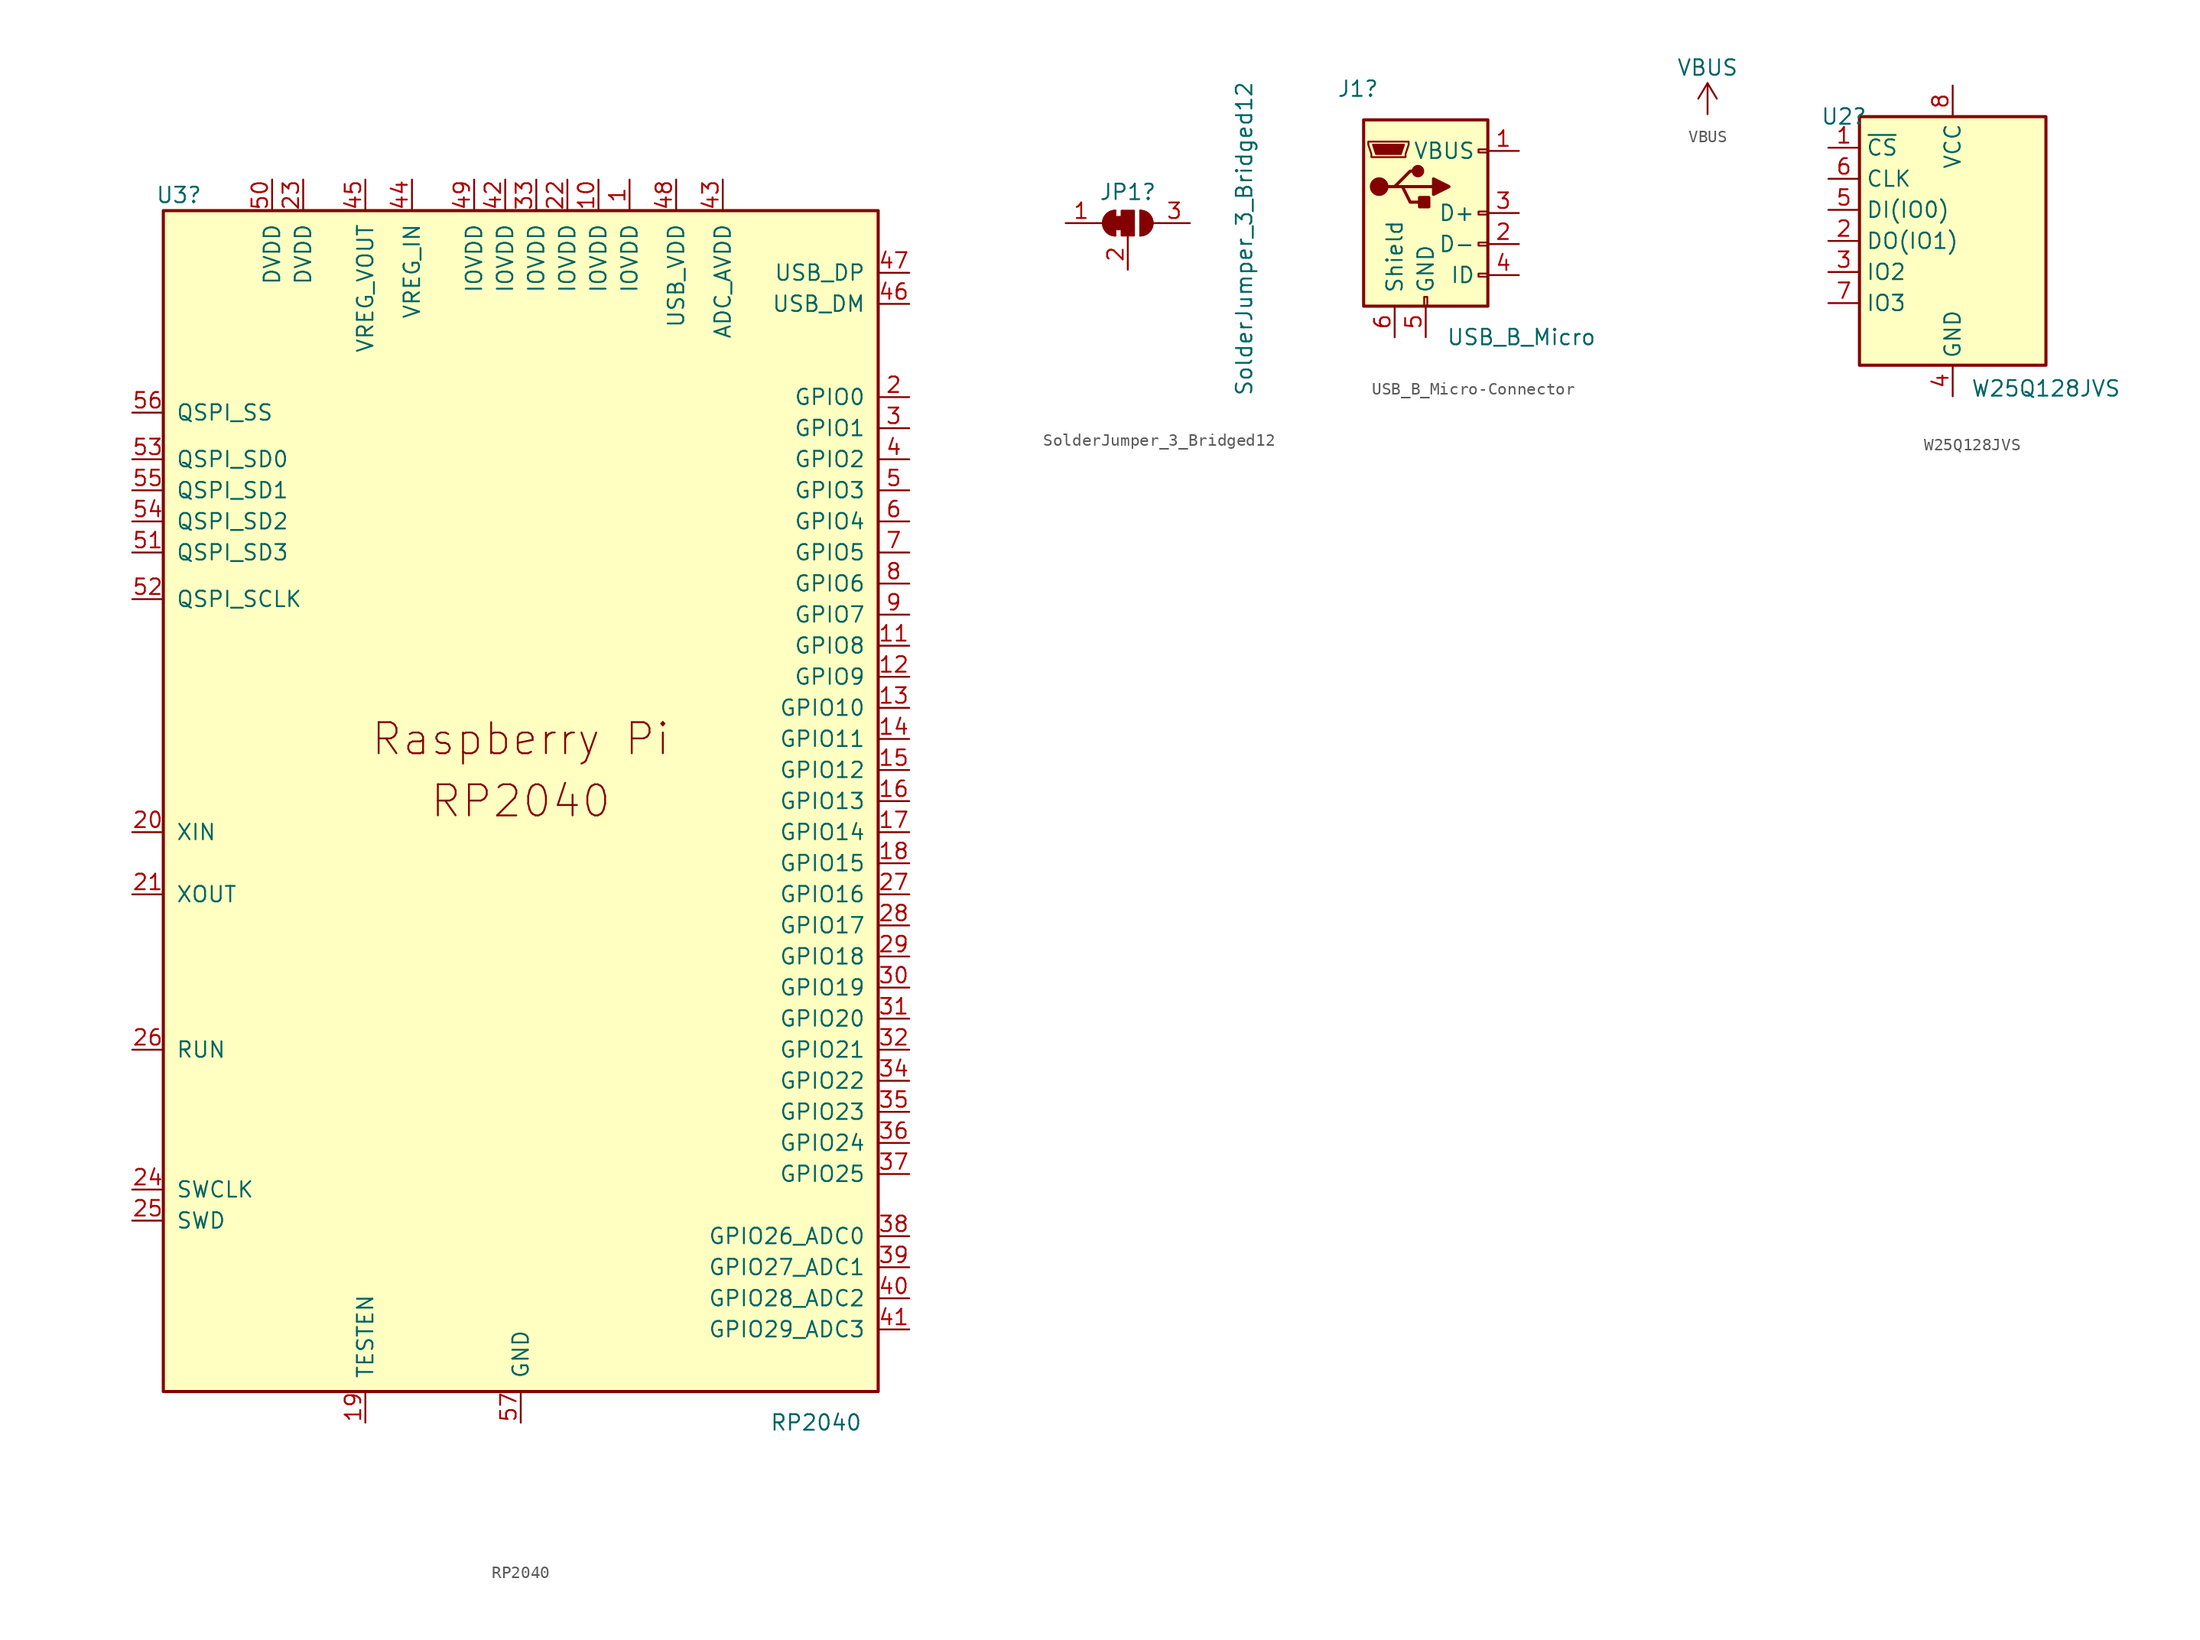
<source format=kicad_sym>
(kicad_symbol_lib
  (version 20220914)
  (generator kicad_symbol_editor)
  (symbol "RP2040"
    (pin_names
      (offset 1.016))
    (property "Reference" "U3"
      (at -27.94 49.53 0)
      (effects (font (size 1.27 1.27))))
    (property "Value" "RP2040"
      (at 24.13 -50.8 0)
      (effects (font (size 1.27 1.27))))
    (symbol "RP2040_0_0"
      (text "Raspberry Pi" (at 0 5.08 0) (effects (font (size 2.54 2.54))))
      (text "RP2040" (at 0 0 0) (effects (font (size 2.54 2.54)))))
    (symbol "RP2040_0_1"
      (rectangle (start 29.21 48.26) (end -29.21 -48.26) (stroke (width 0.254) (type default)) (fill (type background))))
    (symbol "RP2040_1_1"
      (pin power_in line (at 8.89 50.8 270) (length 2.54) (name "IOVDD" (effects (font (size 1.27 1.27)))) (number "1" (effects (font (size 1.27 1.27)))))
      (pin power_in line (at 6.35 50.8 270) (length 2.54) (name "IOVDD" (effects (font (size 1.27 1.27)))) (number "10" (effects (font (size 1.27 1.27)))))
      (pin bidirectional line (at 31.75 12.7 180) (length 2.54) (name "GPIO8" (effects (font (size 1.27 1.27)))) (number "11" (effects (font (size 1.27 1.27)))))
      (pin bidirectional line (at 31.75 10.16 180) (length 2.54) (name "GPIO9" (effects (font (size 1.27 1.27)))) (number "12" (effects (font (size 1.27 1.27)))))
      (pin bidirectional line (at 31.75 7.62 180) (length 2.54) (name "GPIO10" (effects (font (size 1.27 1.27)))) (number "13" (effects (font (size 1.27 1.27)))))
      (pin bidirectional line (at 31.75 5.08 180) (length 2.54) (name "GPIO11" (effects (font (size 1.27 1.27)))) (number "14" (effects (font (size 1.27 1.27)))))
      (pin bidirectional line (at 31.75 2.54 180) (length 2.54) (name "GPIO12" (effects (font (size 1.27 1.27)))) (number "15" (effects (font (size 1.27 1.27)))))
      (pin bidirectional line (at 31.75 0 180) (length 2.54) (name "GPIO13" (effects (font (size 1.27 1.27)))) (number "16" (effects (font (size 1.27 1.27)))))
      (pin bidirectional line (at 31.75 -2.54 180) (length 2.54) (name "GPIO14" (effects (font (size 1.27 1.27)))) (number "17" (effects (font (size 1.27 1.27)))))
      (pin bidirectional line (at 31.75 -5.08 180) (length 2.54) (name "GPIO15" (effects (font (size 1.27 1.27)))) (number "18" (effects (font (size 1.27 1.27)))))
      (pin passive line (at -12.7 -50.8 90) (length 2.54) (name "TESTEN" (effects (font (size 1.27 1.27)))) (number "19" (effects (font (size 1.27 1.27)))))
      (pin bidirectional line (at 31.75 33.02 180) (length 2.54) (name "GPIO0" (effects (font (size 1.27 1.27)))) (number "2" (effects (font (size 1.27 1.27)))))
      (pin input line (at -31.75 -2.54 0) (length 2.54) (name "XIN" (effects (font (size 1.27 1.27)))) (number "20" (effects (font (size 1.27 1.27)))))
      (pin passive line (at -31.75 -7.62 0) (length 2.54) (name "XOUT" (effects (font (size 1.27 1.27)))) (number "21" (effects (font (size 1.27 1.27)))))
      (pin power_in line (at 3.81 50.8 270) (length 2.54) (name "IOVDD" (effects (font (size 1.27 1.27)))) (number "22" (effects (font (size 1.27 1.27)))))
      (pin power_in line (at -17.78 50.8 270) (length 2.54) (name "DVDD" (effects (font (size 1.27 1.27)))) (number "23" (effects (font (size 1.27 1.27)))))
      (pin output line (at -31.75 -31.75 0) (length 2.54) (name "SWCLK" (effects (font (size 1.27 1.27)))) (number "24" (effects (font (size 1.27 1.27)))))
      (pin bidirectional line (at -31.75 -34.29 0) (length 2.54) (name "SWD" (effects (font (size 1.27 1.27)))) (number "25" (effects (font (size 1.27 1.27)))))
      (pin input line (at -31.75 -20.32 0) (length 2.54) (name "RUN" (effects (font (size 1.27 1.27)))) (number "26" (effects (font (size 1.27 1.27)))))
      (pin bidirectional line (at 31.75 -7.62 180) (length 2.54) (name "GPIO16" (effects (font (size 1.27 1.27)))) (number "27" (effects (font (size 1.27 1.27)))))
      (pin bidirectional line (at 31.75 -10.16 180) (length 2.54) (name "GPIO17" (effects (font (size 1.27 1.27)))) (number "28" (effects (font (size 1.27 1.27)))))
      (pin bidirectional line (at 31.75 -12.7 180) (length 2.54) (name "GPIO18" (effects (font (size 1.27 1.27)))) (number "29" (effects (font (size 1.27 1.27)))))
      (pin bidirectional line (at 31.75 30.48 180) (length 2.54) (name "GPIO1" (effects (font (size 1.27 1.27)))) (number "3" (effects (font (size 1.27 1.27)))))
      (pin bidirectional line (at 31.75 -15.24 180) (length 2.54) (name "GPIO19" (effects (font (size 1.27 1.27)))) (number "30" (effects (font (size 1.27 1.27)))))
      (pin bidirectional line (at 31.75 -17.78 180) (length 2.54) (name "GPIO20" (effects (font (size 1.27 1.27)))) (number "31" (effects (font (size 1.27 1.27)))))
      (pin bidirectional line (at 31.75 -20.32 180) (length 2.54) (name "GPIO21" (effects (font (size 1.27 1.27)))) (number "32" (effects (font (size 1.27 1.27)))))
      (pin power_in line (at 1.27 50.8 270) (length 2.54) (name "IOVDD" (effects (font (size 1.27 1.27)))) (number "33" (effects (font (size 1.27 1.27)))))
      (pin bidirectional line (at 31.75 -22.86 180) (length 2.54) (name "GPIO22" (effects (font (size 1.27 1.27)))) (number "34" (effects (font (size 1.27 1.27)))))
      (pin bidirectional line (at 31.75 -25.4 180) (length 2.54) (name "GPIO23" (effects (font (size 1.27 1.27)))) (number "35" (effects (font (size 1.27 1.27)))))
      (pin bidirectional line (at 31.75 -27.94 180) (length 2.54) (name "GPIO24" (effects (font (size 1.27 1.27)))) (number "36" (effects (font (size 1.27 1.27)))))
      (pin bidirectional line (at 31.75 -30.48 180) (length 2.54) (name "GPIO25" (effects (font (size 1.27 1.27)))) (number "37" (effects (font (size 1.27 1.27)))))
      (pin bidirectional line (at 31.75 -35.56 180) (length 2.54) (name "GPIO26_ADC0" (effects (font (size 1.27 1.27)))) (number "38" (effects (font (size 1.27 1.27)))))
      (pin bidirectional line (at 31.75 -38.1 180) (length 2.54) (name "GPIO27_ADC1" (effects (font (size 1.27 1.27)))) (number "39" (effects (font (size 1.27 1.27)))))
      (pin bidirectional line (at 31.75 27.94 180) (length 2.54) (name "GPIO2" (effects (font (size 1.27 1.27)))) (number "4" (effects (font (size 1.27 1.27)))))
      (pin bidirectional line (at 31.75 -40.64 180) (length 2.54) (name "GPIO28_ADC2" (effects (font (size 1.27 1.27)))) (number "40" (effects (font (size 1.27 1.27)))))
      (pin bidirectional line (at 31.75 -43.18 180) (length 2.54) (name "GPIO29_ADC3" (effects (font (size 1.27 1.27)))) (number "41" (effects (font (size 1.27 1.27)))))
      (pin power_in line (at -1.27 50.8 270) (length 2.54) (name "IOVDD" (effects (font (size 1.27 1.27)))) (number "42" (effects (font (size 1.27 1.27)))))
      (pin power_in line (at 16.51 50.8 270) (length 2.54) (name "ADC_AVDD" (effects (font (size 1.27 1.27)))) (number "43" (effects (font (size 1.27 1.27)))))
      (pin power_in line (at -8.89 50.8 270) (length 2.54) (name "VREG_IN" (effects (font (size 1.27 1.27)))) (number "44" (effects (font (size 1.27 1.27)))))
      (pin power_out line (at -12.7 50.8 270) (length 2.54) (name "VREG_VOUT" (effects (font (size 1.27 1.27)))) (number "45" (effects (font (size 1.27 1.27)))))
      (pin bidirectional line (at 31.75 40.64 180) (length 2.54) (name "USB_DM" (effects (font (size 1.27 1.27)))) (number "46" (effects (font (size 1.27 1.27)))))
      (pin bidirectional line (at 31.75 43.18 180) (length 2.54) (name "USB_DP" (effects (font (size 1.27 1.27)))) (number "47" (effects (font (size 1.27 1.27)))))
      (pin power_in line (at 12.7 50.8 270) (length 2.54) (name "USB_VDD" (effects (font (size 1.27 1.27)))) (number "48" (effects (font (size 1.27 1.27)))))
      (pin power_in line (at -3.81 50.8 270) (length 2.54) (name "IOVDD" (effects (font (size 1.27 1.27)))) (number "49" (effects (font (size 1.27 1.27)))))
      (pin bidirectional line (at 31.75 25.4 180) (length 2.54) (name "GPIO3" (effects (font (size 1.27 1.27)))) (number "5" (effects (font (size 1.27 1.27)))))
      (pin power_in line (at -20.32 50.8 270) (length 2.54) (name "DVDD" (effects (font (size 1.27 1.27)))) (number "50" (effects (font (size 1.27 1.27)))))
      (pin bidirectional line (at -31.75 20.32 0) (length 2.54) (name "QSPI_SD3" (effects (font (size 1.27 1.27)))) (number "51" (effects (font (size 1.27 1.27)))))
      (pin output line (at -31.75 16.51 0) (length 2.54) (name "QSPI_SCLK" (effects (font (size 1.27 1.27)))) (number "52" (effects (font (size 1.27 1.27)))))
      (pin bidirectional line (at -31.75 27.94 0) (length 2.54) (name "QSPI_SD0" (effects (font (size 1.27 1.27)))) (number "53" (effects (font (size 1.27 1.27)))))
      (pin bidirectional line (at -31.75 22.86 0) (length 2.54) (name "QSPI_SD2" (effects (font (size 1.27 1.27)))) (number "54" (effects (font (size 1.27 1.27)))))
      (pin bidirectional line (at -31.75 25.4 0) (length 2.54) (name "QSPI_SD1" (effects (font (size 1.27 1.27)))) (number "55" (effects (font (size 1.27 1.27)))))
      (pin bidirectional line (at -31.75 31.75 0) (length 2.54) (name "QSPI_SS" (effects (font (size 1.27 1.27)))) (number "56" (effects (font (size 1.27 1.27)))))
      (pin power_in line (at 0 -50.8 90) (length 2.54) (name "GND" (effects (font (size 1.27 1.27)))) (number "57" (effects (font (size 1.27 1.27)))))
      (pin bidirectional line (at 31.75 22.86 180) (length 2.54) (name "GPIO4" (effects (font (size 1.27 1.27)))) (number "6" (effects (font (size 1.27 1.27)))))
      (pin bidirectional line (at 31.75 20.32 180) (length 2.54) (name "GPIO5" (effects (font (size 1.27 1.27)))) (number "7" (effects (font (size 1.27 1.27)))))
      (pin bidirectional line (at 31.75 17.78 180) (length 2.54) (name "GPIO6" (effects (font (size 1.27 1.27)))) (number "8" (effects (font (size 1.27 1.27)))))
      (pin bidirectional line (at 31.75 15.24 180) (length 2.54) (name "GPIO7" (effects (font (size 1.27 1.27)))) (number "9" (effects (font (size 1.27 1.27)))))))
  (symbol "SolderJumper_3_Bridged12"
    (pin_names
      (offset 0) hide)
    (property "Reference" "JP1"
      (at 0 2.54 0)
      (effects (font (size 1.27 1.27))))
    (property "Value" "SolderJumper_3_Bridged12"
      (at 9.525 -1.27 90)
      (effects (font (size 1.27 1.27))))
    (symbol "SolderJumper_3_Bridged12_0_1"
      (rectangle (start -1.016 0.508) (end -0.508 -0.508) (stroke (width 0) (type default)) (fill (type outline)))
      (arc (start -1.016 1.016) (mid -2.0276 0) (end -1.016 -1.016) (stroke (width 0) (type default)) (fill (type none)))
      (arc (start -1.016 1.016) (mid -2.0276 0) (end -1.016 -1.016) (stroke (width 0) (type default)) (fill (type outline)))
      (rectangle (start -0.508 1.016) (end 0.508 -1.016) (stroke (width 0) (type default)) (fill (type outline)))
      (polyline (pts (xy -2.54 0) (xy -2.032 0)) (stroke (width 0) (type default)) (fill (type none)))
      (polyline (pts (xy -1.016 1.016) (xy -1.016 -1.016)) (stroke (width 0) (type default)) (fill (type none)))
      (polyline (pts (xy 0 -1.27) (xy 0 -1.016)) (stroke (width 0) (type default)) (fill (type none)))
      (polyline (pts (xy 1.016 1.016) (xy 1.016 -1.016)) (stroke (width 0) (type default)) (fill (type none)))
      (polyline (pts (xy 2.54 0) (xy 2.032 0)) (stroke (width 0) (type default)) (fill (type none)))
      (arc (start 1.016 -1.016) (mid 2.0276 0) (end 1.016 1.016) (stroke (width 0) (type default)) (fill (type none)))
      (arc (start 1.016 -1.016) (mid 2.0276 0) (end 1.016 1.016) (stroke (width 0) (type default)) (fill (type outline))))
    (symbol "SolderJumper_3_Bridged12_1_1"
      (pin passive line (at -5.08 0 0) (length 2.54) (name "A" (effects (font (size 1.27 1.27)))) (number "1" (effects (font (size 1.27 1.27)))))
      (pin passive line (at 0 -3.81 90) (length 2.54) (name "C" (effects (font (size 1.27 1.27)))) (number "2" (effects (font (size 1.27 1.27)))))
      (pin passive line (at 5.08 0 180) (length 2.54) (name "B" (effects (font (size 1.27 1.27)))) (number "3" (effects (font (size 1.27 1.27)))))))
  (symbol "USB_B_Micro-Connector"
    (pin_names
      (offset 1.016))
    (property "Reference" "J1"
      (at -3.81 10.16 0)
      (effects (font (size 1.27 1.27)) (justify right)))
    (property "Value" "USB_B_Micro"
      (at 13.97 -10.16 0)
      (effects (font (size 1.27 1.27)) (justify right)))
    (symbol "USB_B_Micro-Connector_0_1"
      (rectangle (start -5.08 -7.62) (end 5.08 7.62) (stroke (width 0.254) (type default)) (fill (type background)))
      (circle (center -3.81 2.159) (radius 0.635) (stroke (width 0.254) (type default)) (fill (type outline)))
      (circle (center -0.635 3.429) (radius 0.381) (stroke (width 0.254) (type default)) (fill (type outline)))
      (rectangle (start -0.127 -7.62) (end 0.127 -6.858) (stroke (width 0) (type default)) (fill (type none)))
      (polyline (pts (xy -1.905 2.159) (xy 0.635 2.159)) (stroke (width 0.254) (type default)) (fill (type none)))
      (polyline (pts (xy -3.175 2.159) (xy -2.54 2.159) (xy -1.27 3.429) (xy -0.635 3.429)) (stroke (width 0.254) (type default)) (fill (type none)))
      (polyline (pts (xy -2.54 2.159) (xy -1.905 2.159) (xy -1.27 0.889) (xy 0 0.889)) (stroke (width 0.254) (type default)) (fill (type none)))
      (polyline (pts (xy 0.635 2.794) (xy 0.635 1.524) (xy 1.905 2.159) (xy 0.635 2.794)) (stroke (width 0.254) (type default)) (fill (type outline)))
      (polyline (pts (xy -4.318 5.588) (xy -1.778 5.588) (xy -2.032 4.826) (xy -4.064 4.826) (xy -4.318 5.588)) (stroke (width 0) (type default)) (fill (type outline)))
      (polyline (pts (xy -4.699 5.842) (xy -4.699 5.588) (xy -4.445 4.826) (xy -4.445 4.572) (xy -1.651 4.572) (xy -1.651 4.826) (xy -1.397 5.588) (xy -1.397 5.842) (xy -4.699 5.842)) (stroke (width 0) (type default)) (fill (type none)))
      (rectangle (start 0.254 1.27) (end -0.508 0.508) (stroke (width 0.254) (type default)) (fill (type outline)))
      (rectangle (start 5.08 -5.207) (end 4.318 -4.953) (stroke (width 0) (type default)) (fill (type none)))
      (rectangle (start 5.08 -2.667) (end 4.318 -2.413) (stroke (width 0) (type default)) (fill (type none)))
      (rectangle (start 5.08 -0.127) (end 4.318 0.127) (stroke (width 0) (type default)) (fill (type none)))
      (rectangle (start 5.08 4.953) (end 4.318 5.207) (stroke (width 0) (type default)) (fill (type none))))
    (symbol "USB_B_Micro-Connector_1_1"
      (pin power_out line (at 7.62 5.08 180) (length 2.54) (name "VBUS" (effects (font (size 1.27 1.27)))) (number "1" (effects (font (size 1.27 1.27)))))
      (pin passive line (at 7.62 -2.54 180) (length 2.54) (name "D-" (effects (font (size 1.27 1.27)))) (number "2" (effects (font (size 1.27 1.27)))))
      (pin passive line (at 7.62 0 180) (length 2.54) (name "D+" (effects (font (size 1.27 1.27)))) (number "3" (effects (font (size 1.27 1.27)))))
      (pin passive line (at 7.62 -5.08 180) (length 2.54) (name "ID" (effects (font (size 1.27 1.27)))) (number "4" (effects (font (size 1.27 1.27)))))
      (pin power_out line (at 0 -10.16 90) (length 2.54) (name "GND" (effects (font (size 1.27 1.27)))) (number "5" (effects (font (size 1.27 1.27)))))
      (pin passive line (at -2.54 -10.16 90) (length 2.54) (name "Shield" (effects (font (size 1.27 1.27)))) (number "6" (effects (font (size 1.27 1.27)))))))
  (symbol "VBUS"
    (power)
    (pin_names
      (offset 0))
    (property "Reference" "#PWR0104"
      (at 0 -3.81 0)
      (effects (font (size 1.27 1.27)) hide))
    (property "Value" "VBUS"
      (at 0 3.81 0)
      (effects (font (size 1.27 1.27))))
    (symbol "VBUS_0_1"
      (polyline (pts (xy -0.762 1.27) (xy 0 2.54)) (stroke (width 0) (type default)) (fill (type none)))
      (polyline (pts (xy 0 0) (xy 0 2.54)) (stroke (width 0) (type default)) (fill (type none)))
      (polyline (pts (xy 0 2.54) (xy 0.762 1.27)) (stroke (width 0) (type default)) (fill (type none))))
    (symbol "VBUS_1_1"
      (pin power_in line (at 0 0 90) (length 0) hide (name "VBUS" (effects (font (size 1.27 1.27)))) (number "1" (effects (font (size 1.27 1.27)))))))
  (symbol "W25Q128JVS"
    (property "Reference" "U2"
      (at -8.89 10.16 0)
      (effects (font (size 1.27 1.27))))
    (property "Value" "W25Q128JVS"
      (at 7.62 -12.065 0)
      (effects (font (size 1.27 1.27))))
    (symbol "W25Q128JVS_0_1"
      (rectangle (start -7.62 10.16) (end 7.62 -10.16) (stroke (width 0.254) (type default)) (fill (type background))))
    (symbol "W25Q128JVS_1_1"
      (pin input line (at -10.16 7.62 0) (length 2.54) (name "~{CS}" (effects (font (size 1.27 1.27)))) (number "1" (effects (font (size 1.27 1.27)))))
      (pin bidirectional line (at -10.16 0 0) (length 2.54) (name "DO(IO1)" (effects (font (size 1.27 1.27)))) (number "2" (effects (font (size 1.27 1.27)))))
      (pin bidirectional line (at -10.16 -2.54 0) (length 2.54) (name "IO2" (effects (font (size 1.27 1.27)))) (number "3" (effects (font (size 1.27 1.27)))))
      (pin power_in line (at 0 -12.7 90) (length 2.54) (name "GND" (effects (font (size 1.27 1.27)))) (number "4" (effects (font (size 1.27 1.27)))))
      (pin bidirectional line (at -10.16 2.54 0) (length 2.54) (name "DI(IO0)" (effects (font (size 1.27 1.27)))) (number "5" (effects (font (size 1.27 1.27)))))
      (pin input line (at -10.16 5.08 0) (length 2.54) (name "CLK" (effects (font (size 1.27 1.27)))) (number "6" (effects (font (size 1.27 1.27)))))
      (pin bidirectional line (at -10.16 -5.08 0) (length 2.54) (name "IO3" (effects (font (size 1.27 1.27)))) (number "7" (effects (font (size 1.27 1.27)))))
      (pin power_in line (at 0 12.7 270) (length 2.54) (name "VCC" (effects (font (size 1.27 1.27)))) (number "8" (effects (font (size 1.27 1.27))))))))
</source>
